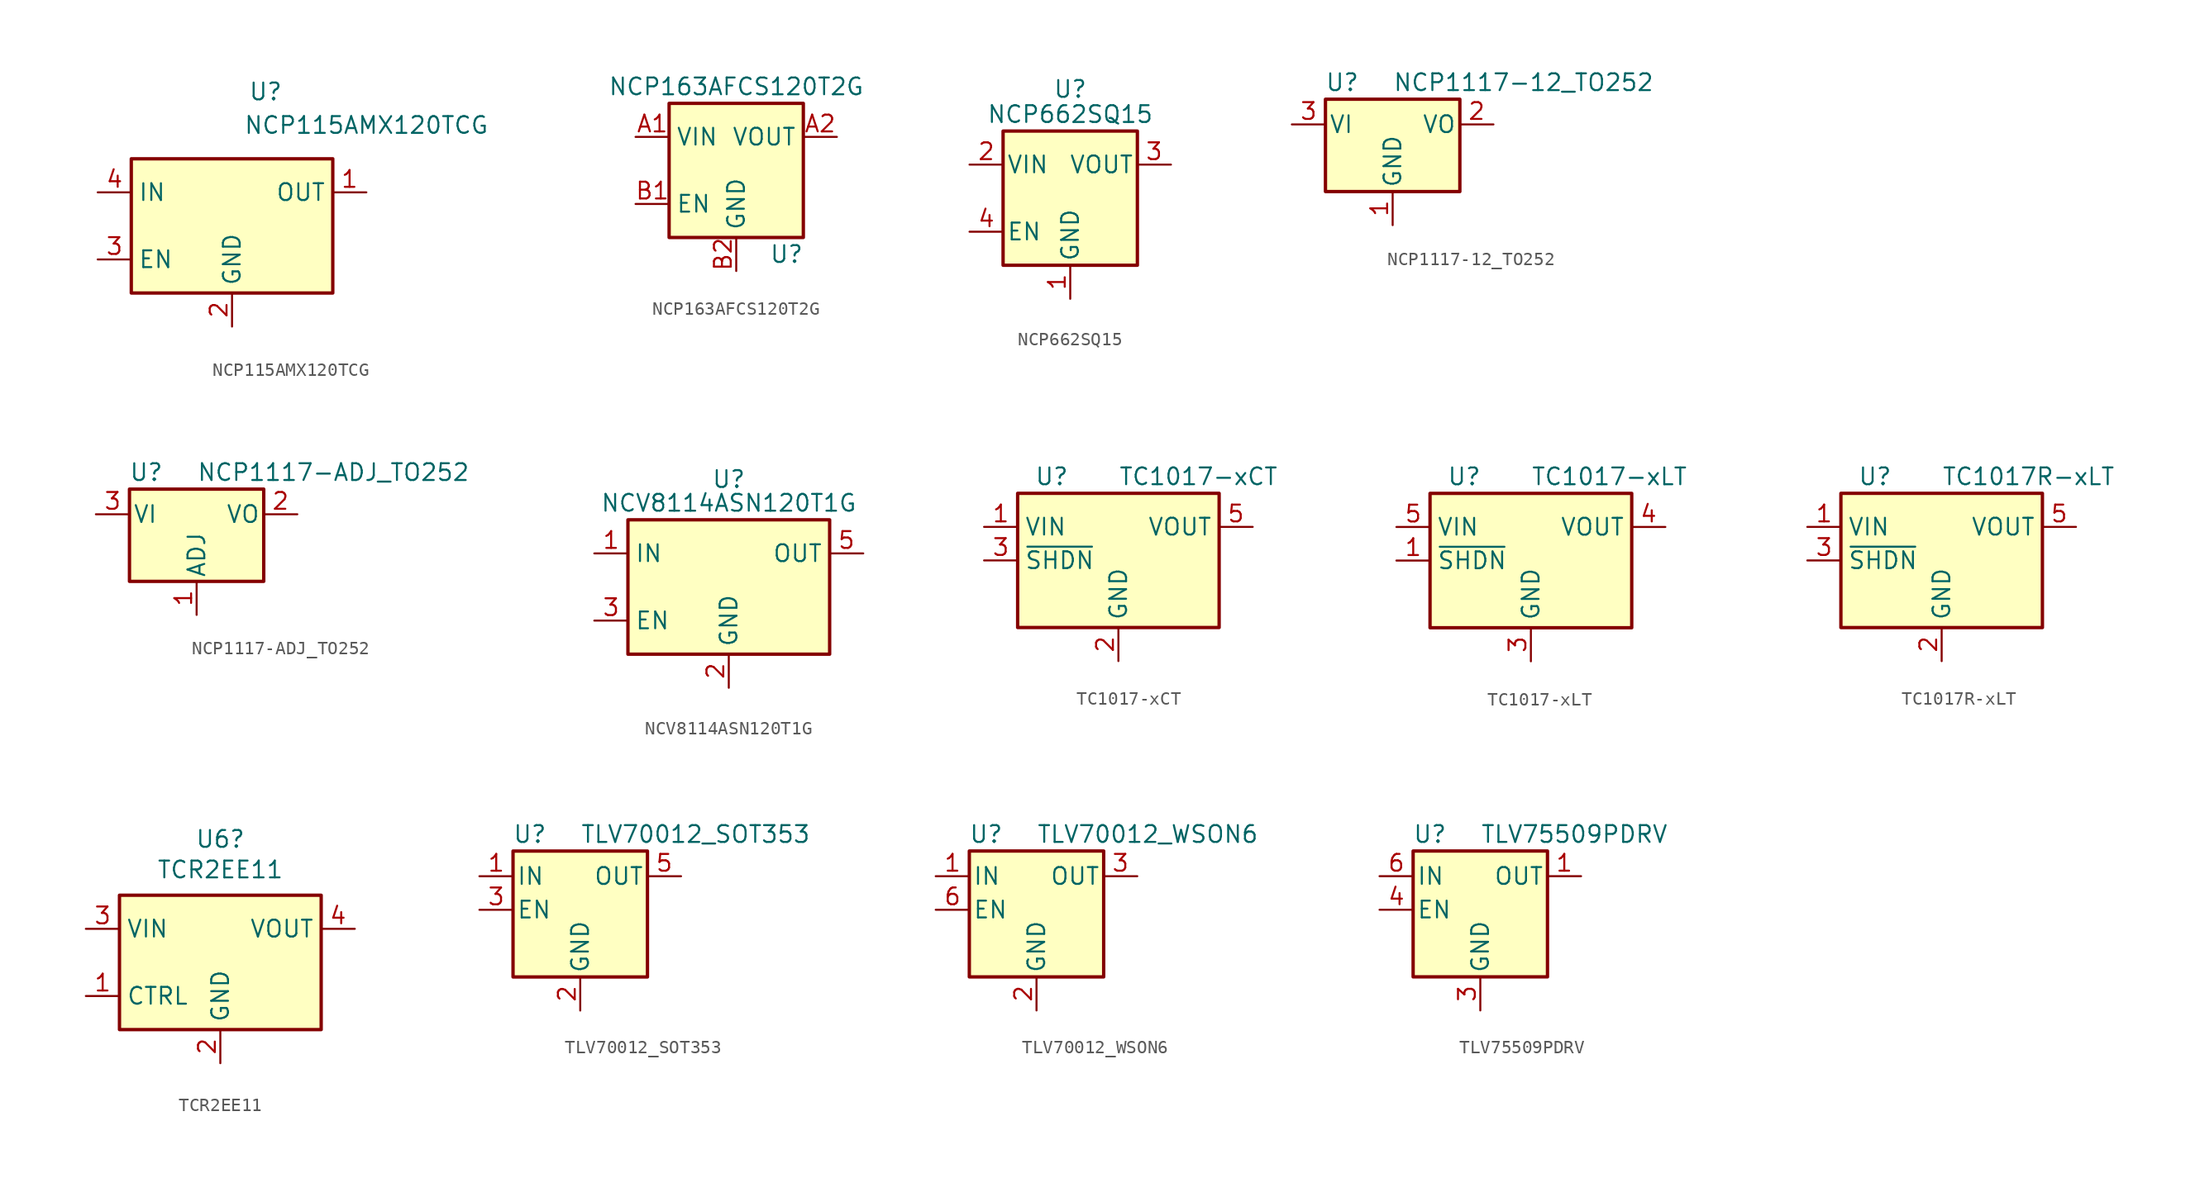
<source format=kicad_sym>
(kicad_symbol_lib
  (version 20241209)
  (generator "kicad_symbol_editor")
  (generator_version "9.0")
  (symbol "NCP115AMX120TCG"
    (property "Reference" "U"
      (at 2.54 10.16 0)
      (effects (font (size 1.27 1.27))))
    (property "Value" "NCP115AMX120TCG"
      (at 10.16 7.62 0)
      (effects (font (size 1.27 1.27))))
    (symbol "NCP115AMX120TCG_0_1"
      (rectangle (start -7.62 5.08) (end 7.62 -5.08) (stroke (width 0.254) (type default)) (fill (type background))))
    (symbol "NCP115AMX120TCG_1_1"
      (pin power_in line (at -10.16 2.54 0) (length 2.54) (name "IN" (effects (font (size 1.27 1.27)))) (number "4" (effects (font (size 1.27 1.27)))))
      (pin input line (at -10.16 -2.54 0) (length 2.54) (name "EN" (effects (font (size 1.27 1.27)))) (number "3" (effects (font (size 1.27 1.27)))))
      (pin power_in line (at 0 -7.62 90) (length 2.54) (name "GND" (effects (font (size 1.27 1.27)))) (number "2" (effects (font (size 1.27 1.27)))))
      (pin passive line (at 0 -7.62 90) (length 2.54) (hide yes) (name "GND" (effects (font (size 1.27 1.27)))) (number "5" (effects (font (size 1.27 1.27)))))
      (pin power_out line (at 10.16 2.54 180) (length 2.54) (name "OUT" (effects (font (size 1.27 1.27)))) (number "1" (effects (font (size 1.27 1.27)))))))
  (symbol "NCP163AFCS120T2G"
    (property "Reference" "U"
      (at 3.81 -6.35 0)
      (effects (font (size 1.27 1.27))))
    (property "Value" "NCP163AFCS120T2G"
      (at 0 6.35 0)
      (effects (font (size 1.27 1.27))))
    (symbol "NCP163AFCS120T2G_0_1"
      (rectangle (start -5.08 5.08) (end 5.08 -5.08) (stroke (width 0.254) (type default)) (fill (type background))))
    (symbol "NCP163AFCS120T2G_1_1"
      (pin power_in line (at -7.62 2.54 0) (length 2.54) (name "VIN" (effects (font (size 1.27 1.27)))) (number "A1" (effects (font (size 1.27 1.27)))))
      (pin input line (at -7.62 -2.54 0) (length 2.54) (name "EN" (effects (font (size 1.27 1.27)))) (number "B1" (effects (font (size 1.27 1.27)))))
      (pin power_in line (at 0 -7.62 90) (length 2.54) (name "GND" (effects (font (size 1.27 1.27)))) (number "B2" (effects (font (size 1.27 1.27)))))
      (pin power_out line (at 7.62 2.54 180) (length 2.54) (name "VOUT" (effects (font (size 1.27 1.27)))) (number "A2" (effects (font (size 1.27 1.27)))))))
  (symbol "NCP662SQ15"
    (pin_names
      (offset 0.254))
    (property "Reference" "U"
      (at 0 8.255 0)
      (effects (font (size 1.27 1.27))))
    (property "Value" "NCP662SQ15"
      (at 0 6.35 0)
      (effects (font (size 1.27 1.27))))
    (symbol "NCP662SQ15_0_1"
      (rectangle (start -5.08 5.08) (end 5.08 -5.08) (stroke (width 0.254) (type default)) (fill (type background))))
    (symbol "NCP662SQ15_1_1"
      (pin power_in line (at -7.62 2.54 0) (length 2.54) (name "VIN" (effects (font (size 1.27 1.27)))) (number "2" (effects (font (size 1.27 1.27)))))
      (pin input line (at -7.62 -2.54 0) (length 2.54) (name "EN" (effects (font (size 1.27 1.27)))) (number "4" (effects (font (size 1.27 1.27)))))
      (pin power_in line (at 0 -7.62 90) (length 2.54) (name "GND" (effects (font (size 1.27 1.27)))) (number "1" (effects (font (size 1.27 1.27)))))
      (pin power_out line (at 7.62 2.54 180) (length 2.54) (name "VOUT" (effects (font (size 1.27 1.27)))) (number "3" (effects (font (size 1.27 1.27)))))))
  (symbol "NCP1117-12_TO252"
    (pin_names
      (offset 0.254))
    (property "Reference" "U"
      (at -3.81 3.175 0)
      (effects (font (size 1.27 1.27))))
    (property "Value" "NCP1117-12_TO252"
      (at 0 3.175 0)
      (effects (font (size 1.27 1.27)) (justify left)))
    (symbol "NCP1117-12_TO252_0_1"
      (rectangle (start -5.08 1.905) (end 5.08 -5.08) (stroke (width 0.254) (type default)) (fill (type background))))
    (symbol "NCP1117-12_TO252_1_1"
      (pin power_in line (at -7.62 0 0) (length 2.54) (name "VI" (effects (font (size 1.27 1.27)))) (number "3" (effects (font (size 1.27 1.27)))))
      (pin power_in line (at 0 -7.62 90) (length 2.54) (name "GND" (effects (font (size 1.27 1.27)))) (number "1" (effects (font (size 1.27 1.27)))))
      (pin power_out line (at 7.62 0 180) (length 2.54) (name "VO" (effects (font (size 1.27 1.27)))) (number "2" (effects (font (size 1.27 1.27)))))))
  (symbol "NCP1117-ADJ_TO252"
    (pin_names
      (offset 0.254))
    (property "Reference" "U"
      (at -3.81 3.175 0)
      (effects (font (size 1.27 1.27))))
    (property "Value" "NCP1117-ADJ_TO252"
      (at 0 3.175 0)
      (effects (font (size 1.27 1.27)) (justify left)))
    (symbol "NCP1117-ADJ_TO252_0_1"
      (rectangle (start -5.08 1.905) (end 5.08 -5.08) (stroke (width 0.254) (type default)) (fill (type background))))
    (symbol "NCP1117-ADJ_TO252_1_1"
      (pin power_in line (at -7.62 0 0) (length 2.54) (name "VI" (effects (font (size 1.27 1.27)))) (number "3" (effects (font (size 1.27 1.27)))))
      (pin input line (at 0 -7.62 90) (length 2.54) (name "ADJ" (effects (font (size 1.27 1.27)))) (number "1" (effects (font (size 1.27 1.27)))))
      (pin power_out line (at 7.62 0 180) (length 2.54) (name "VO" (effects (font (size 1.27 1.27)))) (number "2" (effects (font (size 1.27 1.27)))))))
  (symbol "NCV8114ASN120T1G"
    (property "Reference" "U"
      (at 0 8.89 0)
      (effects (font (size 1.27 1.27)) (justify top)))
    (property "Value" "NCV8114ASN120T1G"
      (at 0 6.35 0)
      (effects (font (size 1.27 1.27))))
    (symbol "NCV8114ASN120T1G_0_1"
      (rectangle (start -7.62 5.08) (end 7.62 -5.08) (stroke (width 0.254) (type default)) (fill (type background))))
    (symbol "NCV8114ASN120T1G_1_1"
      (pin power_in line (at -10.16 2.54 0) (length 2.54) (name "IN" (effects (font (size 1.27 1.27)))) (number "1" (effects (font (size 1.27 1.27)))))
      (pin input line (at -10.16 -2.54 0) (length 2.54) (name "EN" (effects (font (size 1.27 1.27)))) (number "3" (effects (font (size 1.27 1.27)))))
      (pin power_in line (at 0 -7.62 90) (length 2.54) (name "GND" (effects (font (size 1.27 1.27)))) (number "2" (effects (font (size 1.27 1.27)))))
      (pin no_connect line (at 7.62 -2.54 180) (length 2.54) (hide yes) (name "NC" (effects (font (size 1.27 1.27)))) (number "4" (effects (font (size 1.27 1.27)))))
      (pin power_out line (at 10.16 2.54 180) (length 2.54) (name "OUT" (effects (font (size 1.27 1.27)))) (number "5" (effects (font (size 1.27 1.27)))))))
  (symbol "TC1017-xCT"
    (property "Reference" "U"
      (at -6.35 6.35 0)
      (effects (font (size 1.27 1.27)) (justify left)))
    (property "Value" "TC1017-xCT"
      (at 0 6.35 0)
      (effects (font (size 1.27 1.27)) (justify left)))
    (symbol "TC1017-xCT_0_1"
      (rectangle (start -7.62 5.08) (end 7.62 -5.08) (stroke (width 0.254) (type default)) (fill (type background))))
    (symbol "TC1017-xCT_1_1"
      (pin power_in line (at -10.16 2.54 0) (length 2.54) (name "VIN" (effects (font (size 1.27 1.27)))) (number "1" (effects (font (size 1.27 1.27)))))
      (pin input line (at -10.16 0 0) (length 2.54) (name "~{SHDN}" (effects (font (size 1.27 1.27)))) (number "3" (effects (font (size 1.27 1.27)))))
      (pin power_in line (at 0 -7.62 90) (length 2.54) (name "GND" (effects (font (size 1.27 1.27)))) (number "2" (effects (font (size 1.27 1.27)))))
      (pin no_connect line (at 7.62 0 180) (length 2.54) (hide yes) (name "NC" (effects (font (size 1.27 1.27)))) (number "4" (effects (font (size 1.27 1.27)))))
      (pin power_out line (at 10.16 2.54 180) (length 2.54) (name "VOUT" (effects (font (size 1.27 1.27)))) (number "5" (effects (font (size 1.27 1.27)))))))
  (symbol "TC1017-xLT"
    (property "Reference" "U"
      (at -6.35 6.35 0)
      (effects (font (size 1.27 1.27)) (justify left)))
    (property "Value" "TC1017-xLT"
      (at 0 6.35 0)
      (effects (font (size 1.27 1.27)) (justify left)))
    (symbol "TC1017-xLT_0_1"
      (rectangle (start -7.62 5.08) (end 7.62 -5.08) (stroke (width 0.254) (type default)) (fill (type background))))
    (symbol "TC1017-xLT_1_1"
      (pin power_in line (at -10.16 2.54 0) (length 2.54) (name "VIN" (effects (font (size 1.27 1.27)))) (number "5" (effects (font (size 1.27 1.27)))))
      (pin input line (at -10.16 0 0) (length 2.54) (name "~{SHDN}" (effects (font (size 1.27 1.27)))) (number "1" (effects (font (size 1.27 1.27)))))
      (pin power_in line (at 0 -7.62 90) (length 2.54) (name "GND" (effects (font (size 1.27 1.27)))) (number "3" (effects (font (size 1.27 1.27)))))
      (pin no_connect line (at 7.62 0 180) (length 2.54) (hide yes) (name "NC" (effects (font (size 1.27 1.27)))) (number "2" (effects (font (size 1.27 1.27)))))
      (pin power_out line (at 10.16 2.54 180) (length 2.54) (name "VOUT" (effects (font (size 1.27 1.27)))) (number "4" (effects (font (size 1.27 1.27)))))))
  (symbol "TC1017R-xLT"
    (property "Reference" "U"
      (at -6.35 6.35 0)
      (effects (font (size 1.27 1.27)) (justify left)))
    (property "Value" "TC1017R-xLT"
      (at 0 6.35 0)
      (effects (font (size 1.27 1.27)) (justify left)))
    (symbol "TC1017R-xLT_0_1"
      (rectangle (start -7.62 5.08) (end 7.62 -5.08) (stroke (width 0.254) (type default)) (fill (type background))))
    (symbol "TC1017R-xLT_1_1"
      (pin power_in line (at -10.16 2.54 0) (length 2.54) (name "VIN" (effects (font (size 1.27 1.27)))) (number "1" (effects (font (size 1.27 1.27)))))
      (pin input line (at -10.16 0 0) (length 2.54) (name "~{SHDN}" (effects (font (size 1.27 1.27)))) (number "3" (effects (font (size 1.27 1.27)))))
      (pin power_in line (at 0 -7.62 90) (length 2.54) (name "GND" (effects (font (size 1.27 1.27)))) (number "2" (effects (font (size 1.27 1.27)))))
      (pin no_connect line (at 7.62 0 180) (length 2.54) (hide yes) (name "NC" (effects (font (size 1.27 1.27)))) (number "4" (effects (font (size 1.27 1.27)))))
      (pin power_out line (at 10.16 2.54 180) (length 2.54) (name "VOUT" (effects (font (size 1.27 1.27)))) (number "5" (effects (font (size 1.27 1.27)))))))
  (symbol "TCR2EE11"
    (property "Reference" "U6"
      (at 0 9.322 0)
      (effects (font (size 1.27 1.27))))
    (property "Value" "TCR2EE11"
      (at 0 7.01 0)
      (effects (font (size 1.27 1.27))))
    (symbol "TCR2EE11_0_1"
      (rectangle (start -7.62 -5.08) (end 7.62 5.08) (stroke (width 0.254) (type default)) (fill (type background))))
    (symbol "TCR2EE11_1_1"
      (pin power_in line (at -10.16 2.54 0) (length 2.54) (name "VIN" (effects (font (size 1.27 1.27)))) (number "3" (effects (font (size 1.27 1.27)))))
      (pin input line (at -10.16 -2.54 0) (length 2.54) (name "CTRL" (effects (font (size 1.27 1.27)))) (number "1" (effects (font (size 1.27 1.27)))))
      (pin power_in line (at 0 -7.62 90) (length 2.54) (name "GND" (effects (font (size 1.27 1.27)))) (number "2" (effects (font (size 1.27 1.27)))))
      (pin no_connect line (at 7.62 -2.54 180) (length 2.54) (hide yes) (name "NC" (effects (font (size 1.27 1.27)))) (number "5" (effects (font (size 1.27 1.27)))))
      (pin power_out line (at 10.16 2.54 180) (length 2.54) (name "VOUT" (effects (font (size 1.27 1.27)))) (number "4" (effects (font (size 1.27 1.27)))))))
  (symbol "TLV70012_SOT353"
    (pin_names
      (offset 0.254))
    (property "Reference" "U"
      (at -3.81 5.715 0)
      (effects (font (size 1.27 1.27))))
    (property "Value" "TLV70012_SOT353"
      (at 0 5.715 0)
      (effects (font (size 1.27 1.27)) (justify left)))
    (symbol "TLV70012_SOT353_0_1"
      (rectangle (start -5.08 4.445) (end 5.08 -5.08) (stroke (width 0.254) (type default)) (fill (type background))))
    (symbol "TLV70012_SOT353_1_1"
      (pin power_in line (at -7.62 2.54 0) (length 2.54) (name "IN" (effects (font (size 1.27 1.27)))) (number "1" (effects (font (size 1.27 1.27)))))
      (pin input line (at -7.62 0 0) (length 2.54) (name "EN" (effects (font (size 1.27 1.27)))) (number "3" (effects (font (size 1.27 1.27)))))
      (pin power_in line (at 0 -7.62 90) (length 2.54) (name "GND" (effects (font (size 1.27 1.27)))) (number "2" (effects (font (size 1.27 1.27)))))
      (pin no_connect line (at 5.08 0 180) (length 2.54) (hide yes) (name "NC" (effects (font (size 1.27 1.27)))) (number "4" (effects (font (size 1.27 1.27)))))
      (pin power_out line (at 7.62 2.54 180) (length 2.54) (name "OUT" (effects (font (size 1.27 1.27)))) (number "5" (effects (font (size 1.27 1.27)))))))
  (symbol "TLV70012_WSON6"
    (pin_names
      (offset 0.254))
    (property "Reference" "U"
      (at -3.81 5.715 0)
      (effects (font (size 1.27 1.27))))
    (property "Value" "TLV70012_WSON6"
      (at 0 5.715 0)
      (effects (font (size 1.27 1.27)) (justify left)))
    (symbol "TLV70012_WSON6_0_1"
      (rectangle (start -5.08 4.445) (end 5.08 -5.08) (stroke (width 0.254) (type default)) (fill (type background))))
    (symbol "TLV70012_WSON6_1_1"
      (pin power_in line (at -7.62 2.54 0) (length 2.54) (name "IN" (effects (font (size 1.27 1.27)))) (number "1" (effects (font (size 1.27 1.27)))))
      (pin input line (at -7.62 0 0) (length 2.54) (name "EN" (effects (font (size 1.27 1.27)))) (number "6" (effects (font (size 1.27 1.27)))))
      (pin no_connect line (at -2.54 -5.08 90) (length 2.54) (hide yes) (name "NC" (effects (font (size 1.27 1.27)))) (number "5" (effects (font (size 1.27 1.27)))))
      (pin power_in line (at 0 -7.62 90) (length 2.54) (name "GND" (effects (font (size 1.27 1.27)))) (number "2" (effects (font (size 1.27 1.27)))))
      (pin power_out line (at 7.62 2.54 180) (length 2.54) (name "OUT" (effects (font (size 1.27 1.27)))) (number "3" (effects (font (size 1.27 1.27)))))
      (pin no_connect line (at 7.62 0 180) (length 2.54) (hide yes) (name "NC" (effects (font (size 1.27 1.27)))) (number "4" (effects (font (size 1.27 1.27)))))))
  (symbol "TLV75509PDRV"
    (pin_names
      (offset 0.254))
    (property "Reference" "U"
      (at -3.81 5.715 0)
      (effects (font (size 1.27 1.27))))
    (property "Value" "TLV75509PDRV"
      (at 0 5.715 0)
      (effects (font (size 1.27 1.27)) (justify left)))
    (symbol "TLV75509PDRV_0_1"
      (rectangle (start -5.08 4.445) (end 5.08 -5.08) (stroke (width 0.254) (type default)) (fill (type background))))
    (symbol "TLV75509PDRV_1_1"
      (pin power_in line (at -7.62 2.54 0) (length 2.54) (name "IN" (effects (font (size 1.27 1.27)))) (number "6" (effects (font (size 1.27 1.27)))))
      (pin input line (at -7.62 0 0) (length 2.54) (name "EN" (effects (font (size 1.27 1.27)))) (number "4" (effects (font (size 1.27 1.27)))))
      (pin power_in line (at 0 -7.62 90) (length 2.54) (name "GND" (effects (font (size 1.27 1.27)))) (number "3" (effects (font (size 1.27 1.27)))))
      (pin passive line (at 0 -7.62 90) (length 2.54) (hide yes) (name "GND" (effects (font (size 1.27 1.27)))) (number "7" (effects (font (size 1.27 1.27)))))
      (pin no_connect line (at 5.08 0 180) (length 2.54) (hide yes) (name "NC" (effects (font (size 1.27 1.27)))) (number "2" (effects (font (size 1.27 1.27)))))
      (pin no_connect line (at 5.08 -2.54 180) (length 2.54) (hide yes) (name "NC" (effects (font (size 1.27 1.27)))) (number "5" (effects (font (size 1.27 1.27)))))
      (pin power_out line (at 7.62 2.54 180) (length 2.54) (name "OUT" (effects (font (size 1.27 1.27)))) (number "1" (effects (font (size 1.27 1.27))))))))
</source>
